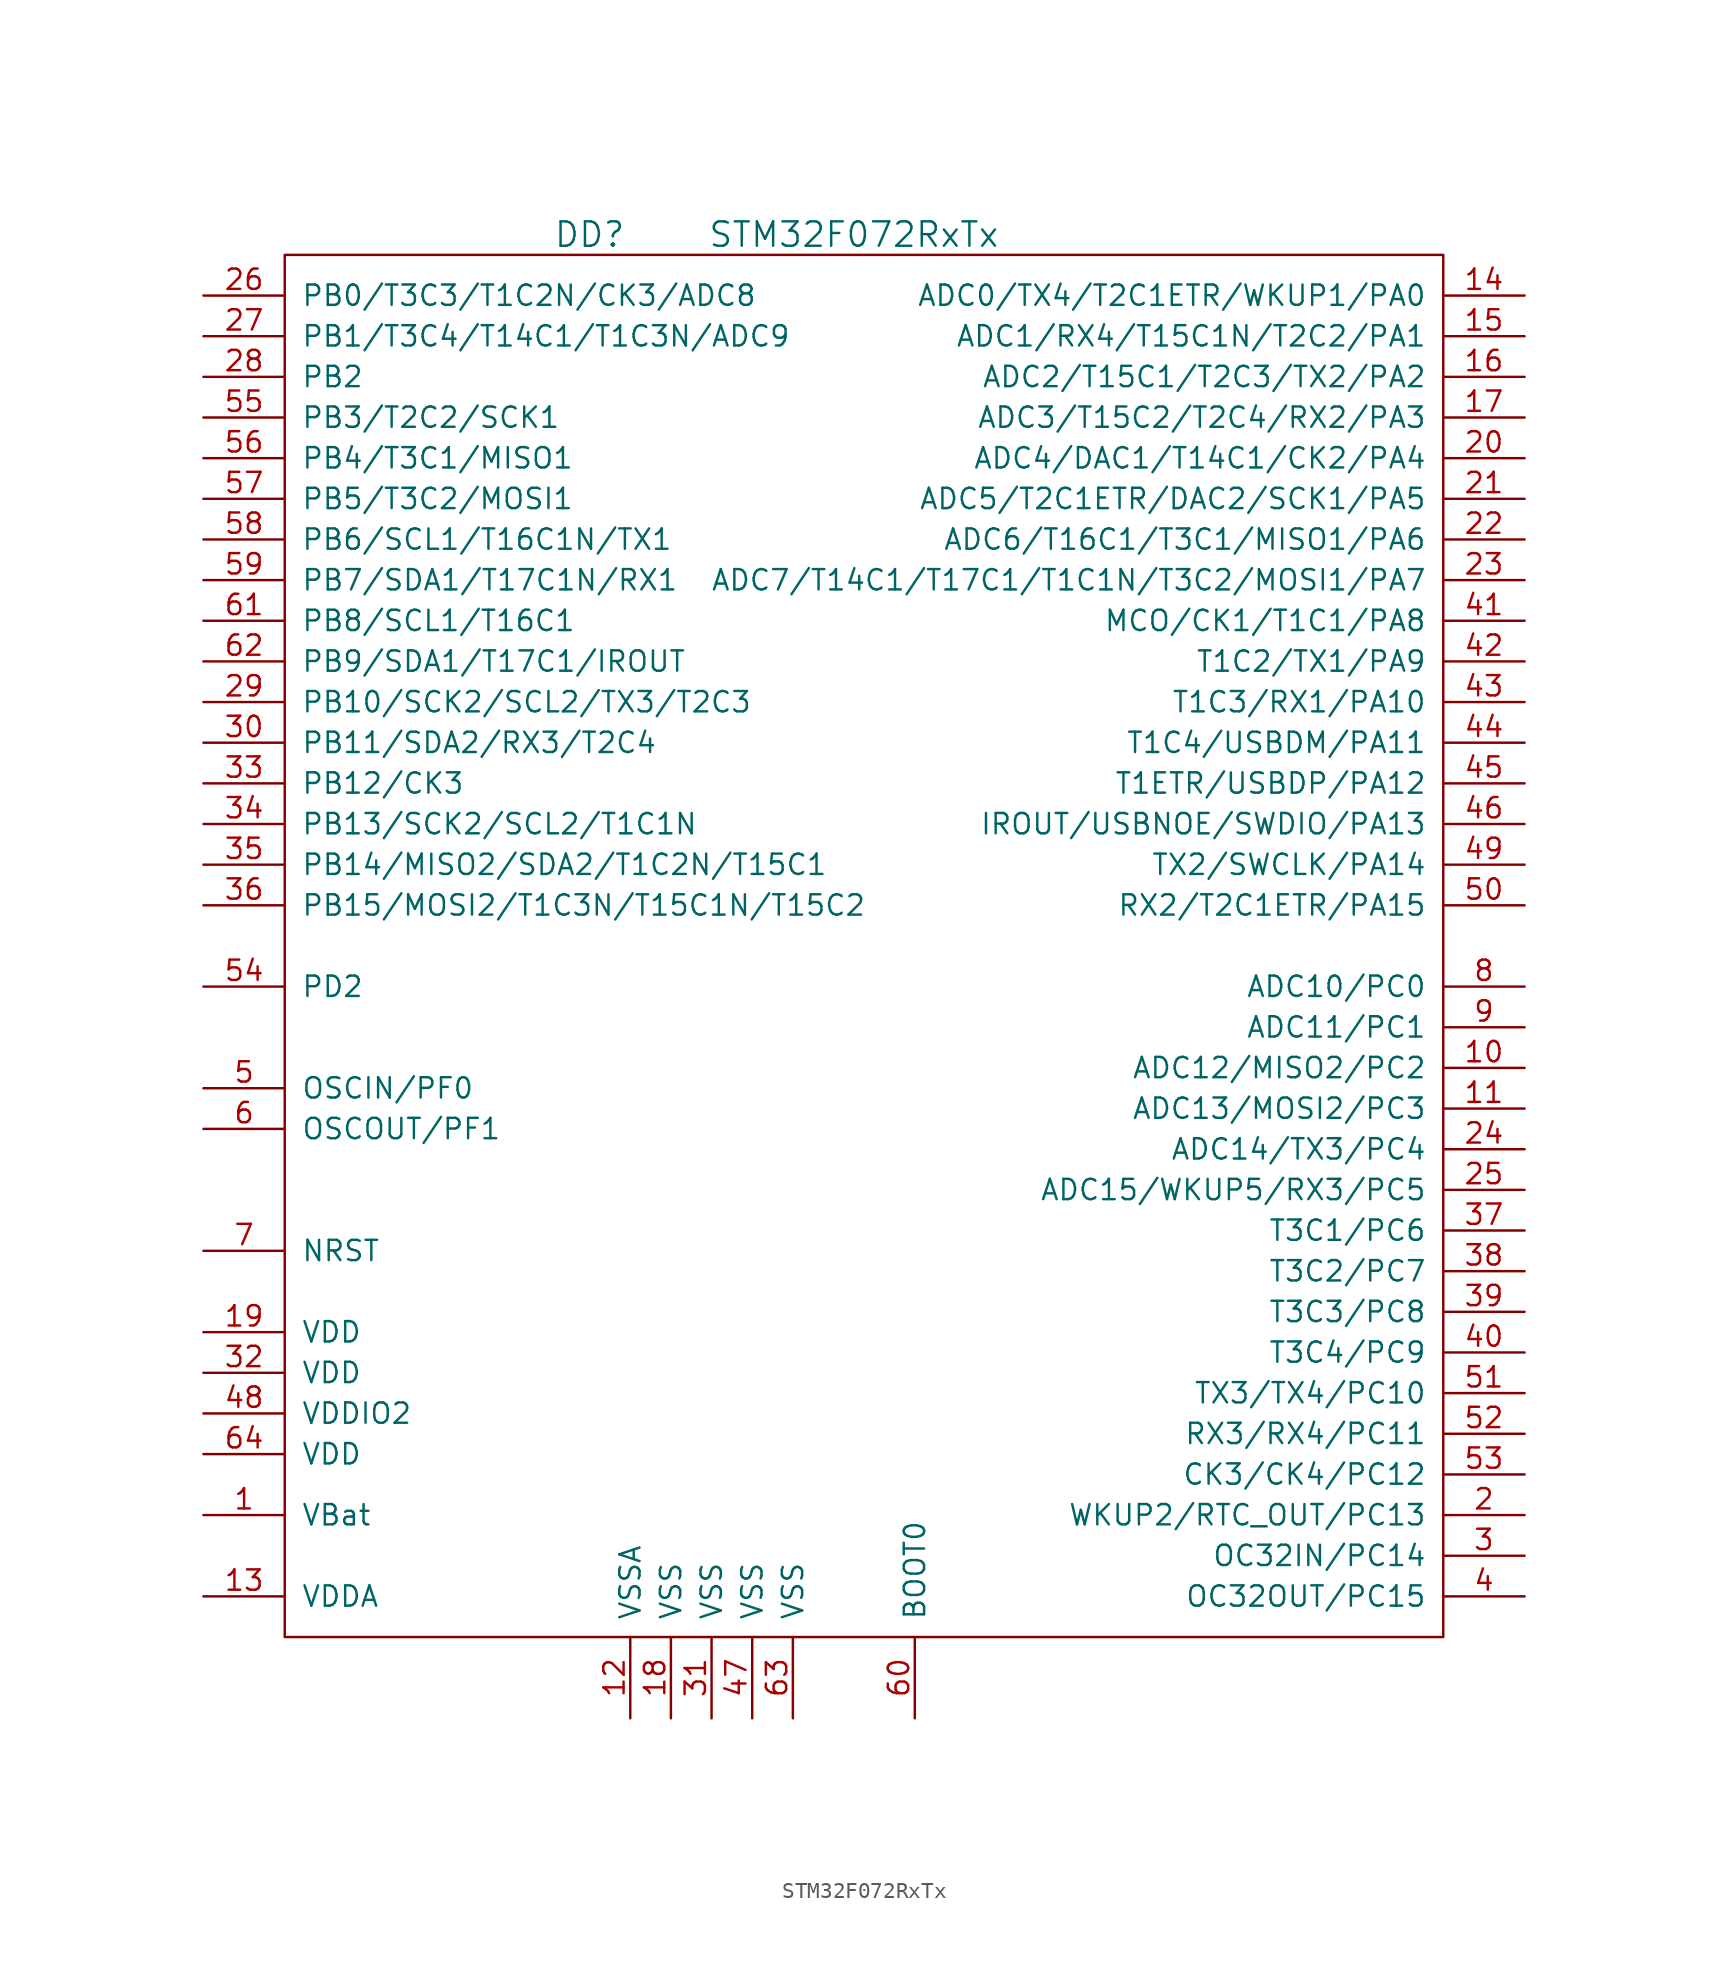
<source format=kicad_sym>
(kicad_symbol_lib
  (version 20201005)
  (generator kicad_symbol_editor)
  (symbol "st_kl:STM32F072RxTx"
    (pin_names
      (offset 1.016))
    (property "Reference" "DD"
      (at -16.51 41.91 0)
      (effects (font (size 1.524 1.524))))
    (property "Value" "STM32F072RxTx"
      (at 0 41.91 0)
      (effects (font (size 1.524 1.524))))
    (symbol "STM32F072RxTx_0_1"
      (rectangle (start 36.83 -45.72) (end -35.56 40.64) (stroke (width 0)) (fill (type none))))
    (symbol "STM32F072RxTx_1_1"
      (pin power_in line (at -40.64 -38.1 0) (length 5.08) (name "VBat" (effects (font (size 1.27 1.27)))) (number "1" (effects (font (size 1.27 1.27)))))
      (pin passive line (at 41.91 -10.16 180) (length 5.08) (name "ADC12/MISO2/PC2" (effects (font (size 1.27 1.27)))) (number "10" (effects (font (size 1.27 1.27)))))
      (pin passive line (at 41.91 -12.7 180) (length 5.08) (name "ADC13/MOSI2/PC3" (effects (font (size 1.27 1.27)))) (number "11" (effects (font (size 1.27 1.27)))))
      (pin power_in line (at -13.97 -50.8 90) (length 5.08) (name "VSSA" (effects (font (size 1.27 1.27)))) (number "12" (effects (font (size 1.27 1.27)))))
      (pin power_in line (at -40.64 -43.18 0) (length 5.08) (name "VDDA" (effects (font (size 1.27 1.27)))) (number "13" (effects (font (size 1.27 1.27)))))
      (pin passive line (at 41.91 38.1 180) (length 5.08) (name "ADC0/TX4/T2C1ETR/WKUP1/PA0" (effects (font (size 1.27 1.27)))) (number "14" (effects (font (size 1.27 1.27)))))
      (pin passive line (at 41.91 35.56 180) (length 5.08) (name "ADC1/RX4/T15C1N/T2C2/PA1" (effects (font (size 1.27 1.27)))) (number "15" (effects (font (size 1.27 1.27)))))
      (pin passive line (at 41.91 33.02 180) (length 5.08) (name "ADC2/T15C1/T2C3/TX2/PA2" (effects (font (size 1.27 1.27)))) (number "16" (effects (font (size 1.27 1.27)))))
      (pin passive line (at 41.91 30.48 180) (length 5.08) (name "ADC3/T15C2/T2C4/RX2/PA3" (effects (font (size 1.27 1.27)))) (number "17" (effects (font (size 1.27 1.27)))))
      (pin power_in line (at -11.43 -50.8 90) (length 5.08) (name "VSS" (effects (font (size 1.27 1.27)))) (number "18" (effects (font (size 1.27 1.27)))))
      (pin power_in line (at -40.64 -26.67 0) (length 5.08) (name "VDD" (effects (font (size 1.27 1.27)))) (number "19" (effects (font (size 1.27 1.27)))))
      (pin passive line (at 41.91 -38.1 180) (length 5.08) (name "WKUP2/RTC_OUT/PC13" (effects (font (size 1.27 1.27)))) (number "2" (effects (font (size 1.27 1.27)))))
      (pin passive line (at 41.91 27.94 180) (length 5.08) (name "ADC4/DAC1/T14C1/CK2/PA4" (effects (font (size 1.27 1.27)))) (number "20" (effects (font (size 1.27 1.27)))))
      (pin passive line (at 41.91 25.4 180) (length 5.08) (name "ADC5/T2C1ETR/DAC2/SCK1/PA5" (effects (font (size 1.27 1.27)))) (number "21" (effects (font (size 1.27 1.27)))))
      (pin passive line (at 41.91 22.86 180) (length 5.08) (name "ADC6/T16C1/T3C1/MISO1/PA6" (effects (font (size 1.27 1.27)))) (number "22" (effects (font (size 1.27 1.27)))))
      (pin passive line (at 41.91 20.32 180) (length 5.08) (name "ADC7/T14C1/T17C1/T1C1N/T3C2/MOSI1/PA7" (effects (font (size 1.27 1.27)))) (number "23" (effects (font (size 1.27 1.27)))))
      (pin passive line (at 41.91 -15.24 180) (length 5.08) (name "ADC14/TX3/PC4" (effects (font (size 1.27 1.27)))) (number "24" (effects (font (size 1.27 1.27)))))
      (pin passive line (at 41.91 -17.78 180) (length 5.08) (name "ADC15/WKUP5/RX3/PC5" (effects (font (size 1.27 1.27)))) (number "25" (effects (font (size 1.27 1.27)))))
      (pin passive line (at -40.64 38.1 0) (length 5.08) (name "PB0/T3C3/T1C2N/CK3/ADC8" (effects (font (size 1.27 1.27)))) (number "26" (effects (font (size 1.27 1.27)))))
      (pin passive line (at -40.64 35.56 0) (length 5.08) (name "PB1/T3C4/T14C1/T1C3N/ADC9" (effects (font (size 1.27 1.27)))) (number "27" (effects (font (size 1.27 1.27)))))
      (pin passive line (at -40.64 33.02 0) (length 5.08) (name "PB2" (effects (font (size 1.27 1.27)))) (number "28" (effects (font (size 1.27 1.27)))))
      (pin passive line (at -40.64 12.7 0) (length 5.08) (name "PB10/SCK2/SCL2/TX3/T2C3" (effects (font (size 1.27 1.27)))) (number "29" (effects (font (size 1.27 1.27)))))
      (pin passive line (at 41.91 -40.64 180) (length 5.08) (name "OC32IN/PC14" (effects (font (size 1.27 1.27)))) (number "3" (effects (font (size 1.27 1.27)))))
      (pin passive line (at -40.64 10.16 0) (length 5.08) (name "PB11/SDA2/RX3/T2C4" (effects (font (size 1.27 1.27)))) (number "30" (effects (font (size 1.27 1.27)))))
      (pin power_in line (at -8.89 -50.8 90) (length 5.08) (name "VSS" (effects (font (size 1.27 1.27)))) (number "31" (effects (font (size 1.27 1.27)))))
      (pin power_in line (at -40.64 -29.21 0) (length 5.08) (name "VDD" (effects (font (size 1.27 1.27)))) (number "32" (effects (font (size 1.27 1.27)))))
      (pin passive line (at -40.64 7.62 0) (length 5.08) (name "PB12/CK3" (effects (font (size 1.27 1.27)))) (number "33" (effects (font (size 1.27 1.27)))))
      (pin passive line (at -40.64 5.08 0) (length 5.08) (name "PB13/SCK2/SCL2/T1C1N" (effects (font (size 1.27 1.27)))) (number "34" (effects (font (size 1.27 1.27)))))
      (pin passive line (at -40.64 2.54 0) (length 5.08) (name "PB14/MISO2/SDA2/T1C2N/T15C1" (effects (font (size 1.27 1.27)))) (number "35" (effects (font (size 1.27 1.27)))))
      (pin passive line (at -40.64 0 0) (length 5.08) (name "PB15/MOSI2/T1C3N/T15C1N/T15C2" (effects (font (size 1.27 1.27)))) (number "36" (effects (font (size 1.27 1.27)))))
      (pin passive line (at 41.91 -20.32 180) (length 5.08) (name "T3C1/PC6" (effects (font (size 1.27 1.27)))) (number "37" (effects (font (size 1.27 1.27)))))
      (pin passive line (at 41.91 -22.86 180) (length 5.08) (name "T3C2/PC7" (effects (font (size 1.27 1.27)))) (number "38" (effects (font (size 1.27 1.27)))))
      (pin passive line (at 41.91 -25.4 180) (length 5.08) (name "T3C3/PC8" (effects (font (size 1.27 1.27)))) (number "39" (effects (font (size 1.27 1.27)))))
      (pin passive line (at 41.91 -43.18 180) (length 5.08) (name "OC32OUT/PC15" (effects (font (size 1.27 1.27)))) (number "4" (effects (font (size 1.27 1.27)))))
      (pin passive line (at 41.91 -27.94 180) (length 5.08) (name "T3C4/PC9" (effects (font (size 1.27 1.27)))) (number "40" (effects (font (size 1.27 1.27)))))
      (pin passive line (at 41.91 17.78 180) (length 5.08) (name "MCO/CK1/T1C1/PA8" (effects (font (size 1.27 1.27)))) (number "41" (effects (font (size 1.27 1.27)))))
      (pin passive line (at 41.91 15.24 180) (length 5.08) (name "T1C2/TX1/PA9" (effects (font (size 1.27 1.27)))) (number "42" (effects (font (size 1.27 1.27)))))
      (pin passive line (at 41.91 12.7 180) (length 5.08) (name "T1C3/RX1/PA10" (effects (font (size 1.27 1.27)))) (number "43" (effects (font (size 1.27 1.27)))))
      (pin passive line (at 41.91 10.16 180) (length 5.08) (name "T1C4/USBDM/PA11" (effects (font (size 1.27 1.27)))) (number "44" (effects (font (size 1.27 1.27)))))
      (pin passive line (at 41.91 7.62 180) (length 5.08) (name "T1ETR/USBDP/PA12" (effects (font (size 1.27 1.27)))) (number "45" (effects (font (size 1.27 1.27)))))
      (pin passive line (at 41.91 5.08 180) (length 5.08) (name "IROUT/USBNOE/SWDIO/PA13" (effects (font (size 1.27 1.27)))) (number "46" (effects (font (size 1.27 1.27)))))
      (pin power_in line (at -6.35 -50.8 90) (length 5.08) (name "VSS" (effects (font (size 1.27 1.27)))) (number "47" (effects (font (size 1.27 1.27)))))
      (pin power_in line (at -40.64 -31.75 0) (length 5.08) (name "VDDIO2" (effects (font (size 1.27 1.27)))) (number "48" (effects (font (size 1.27 1.27)))))
      (pin passive line (at 41.91 2.54 180) (length 5.08) (name "TX2/SWCLK/PA14" (effects (font (size 1.27 1.27)))) (number "49" (effects (font (size 1.27 1.27)))))
      (pin passive line (at -40.64 -11.43 0) (length 5.08) (name "OSCIN/PF0" (effects (font (size 1.27 1.27)))) (number "5" (effects (font (size 1.27 1.27)))))
      (pin passive line (at 41.91 0 180) (length 5.08) (name "RX2/T2C1ETR/PA15" (effects (font (size 1.27 1.27)))) (number "50" (effects (font (size 1.27 1.27)))))
      (pin passive line (at 41.91 -30.48 180) (length 5.08) (name "TX3/TX4/PC10" (effects (font (size 1.27 1.27)))) (number "51" (effects (font (size 1.27 1.27)))))
      (pin passive line (at 41.91 -33.02 180) (length 5.08) (name "RX3/RX4/PC11" (effects (font (size 1.27 1.27)))) (number "52" (effects (font (size 1.27 1.27)))))
      (pin passive line (at 41.91 -35.56 180) (length 5.08) (name "CK3/CK4/PC12" (effects (font (size 1.27 1.27)))) (number "53" (effects (font (size 1.27 1.27)))))
      (pin passive line (at -40.64 -5.08 0) (length 5.08) (name "PD2" (effects (font (size 1.27 1.27)))) (number "54" (effects (font (size 1.27 1.27)))))
      (pin passive line (at -40.64 30.48 0) (length 5.08) (name "PB3/T2C2/SCK1" (effects (font (size 1.27 1.27)))) (number "55" (effects (font (size 1.27 1.27)))))
      (pin passive line (at -40.64 27.94 0) (length 5.08) (name "PB4/T3C1/MISO1" (effects (font (size 1.27 1.27)))) (number "56" (effects (font (size 1.27 1.27)))))
      (pin passive line (at -40.64 25.4 0) (length 5.08) (name "PB5/T3C2/MOSI1" (effects (font (size 1.27 1.27)))) (number "57" (effects (font (size 1.27 1.27)))))
      (pin passive line (at -40.64 22.86 0) (length 5.08) (name "PB6/SCL1/T16C1N/TX1" (effects (font (size 1.27 1.27)))) (number "58" (effects (font (size 1.27 1.27)))))
      (pin passive line (at -40.64 20.32 0) (length 5.08) (name "PB7/SDA1/T17C1N/RX1" (effects (font (size 1.27 1.27)))) (number "59" (effects (font (size 1.27 1.27)))))
      (pin passive line (at -40.64 -13.97 0) (length 5.08) (name "OSCOUT/PF1" (effects (font (size 1.27 1.27)))) (number "6" (effects (font (size 1.27 1.27)))))
      (pin passive line (at 3.81 -50.8 90) (length 5.08) (name "BOOT0" (effects (font (size 1.27 1.27)))) (number "60" (effects (font (size 1.27 1.27)))))
      (pin passive line (at -40.64 17.78 0) (length 5.08) (name "PB8/SCL1/T16C1" (effects (font (size 1.27 1.27)))) (number "61" (effects (font (size 1.27 1.27)))))
      (pin passive line (at -40.64 15.24 0) (length 5.08) (name "PB9/SDA1/T17C1/IROUT" (effects (font (size 1.27 1.27)))) (number "62" (effects (font (size 1.27 1.27)))))
      (pin power_in line (at -3.81 -50.8 90) (length 5.08) (name "VSS" (effects (font (size 1.27 1.27)))) (number "63" (effects (font (size 1.27 1.27)))))
      (pin power_in line (at -40.64 -34.29 0) (length 5.08) (name "VDD" (effects (font (size 1.27 1.27)))) (number "64" (effects (font (size 1.27 1.27)))))
      (pin passive line (at -40.64 -21.59 0) (length 5.08) (name "NRST" (effects (font (size 1.27 1.27)))) (number "7" (effects (font (size 1.27 1.27)))))
      (pin passive line (at 41.91 -5.08 180) (length 5.08) (name "ADC10/PC0" (effects (font (size 1.27 1.27)))) (number "8" (effects (font (size 1.27 1.27)))))
      (pin passive line (at 41.91 -7.62 180) (length 5.08) (name "ADC11/PC1" (effects (font (size 1.27 1.27)))) (number "9" (effects (font (size 1.27 1.27))))))))
</source>
